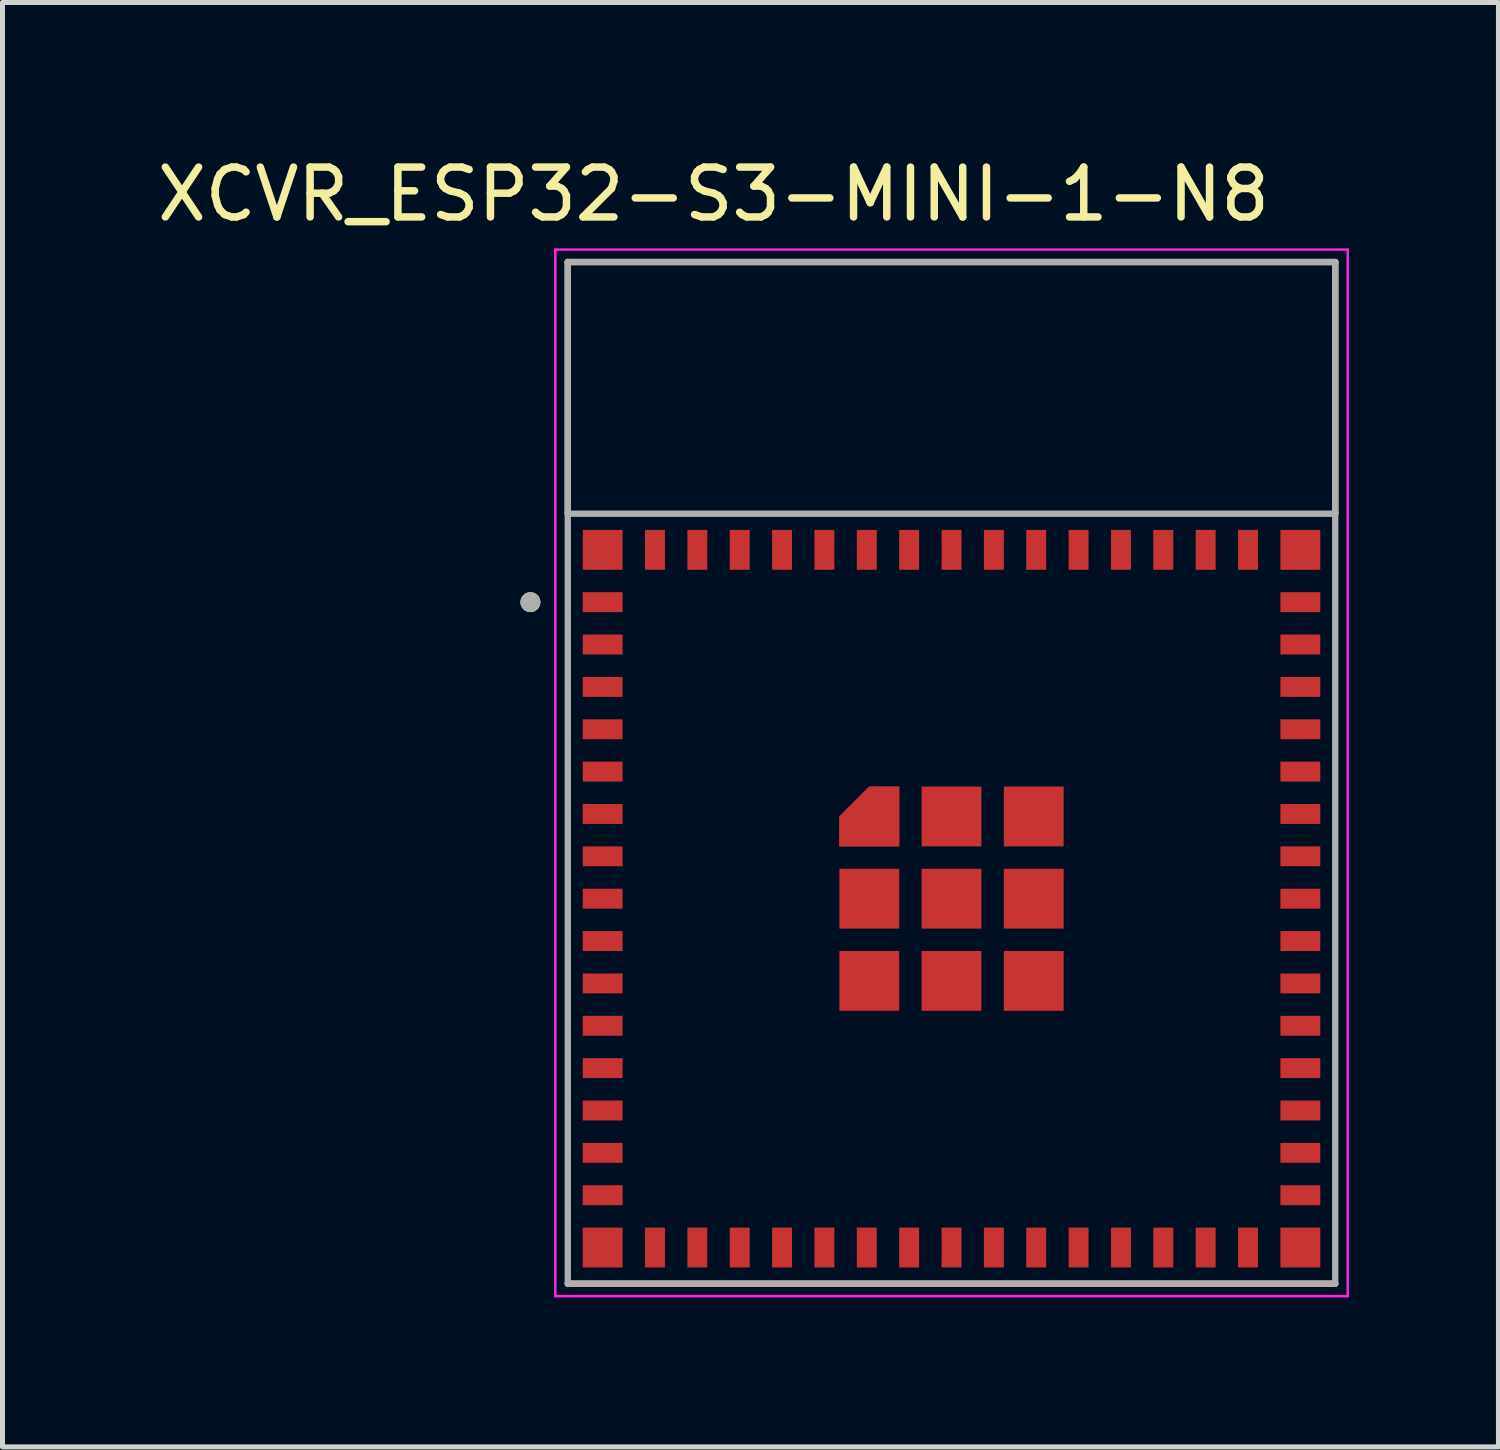
<source format=kicad_pcb>
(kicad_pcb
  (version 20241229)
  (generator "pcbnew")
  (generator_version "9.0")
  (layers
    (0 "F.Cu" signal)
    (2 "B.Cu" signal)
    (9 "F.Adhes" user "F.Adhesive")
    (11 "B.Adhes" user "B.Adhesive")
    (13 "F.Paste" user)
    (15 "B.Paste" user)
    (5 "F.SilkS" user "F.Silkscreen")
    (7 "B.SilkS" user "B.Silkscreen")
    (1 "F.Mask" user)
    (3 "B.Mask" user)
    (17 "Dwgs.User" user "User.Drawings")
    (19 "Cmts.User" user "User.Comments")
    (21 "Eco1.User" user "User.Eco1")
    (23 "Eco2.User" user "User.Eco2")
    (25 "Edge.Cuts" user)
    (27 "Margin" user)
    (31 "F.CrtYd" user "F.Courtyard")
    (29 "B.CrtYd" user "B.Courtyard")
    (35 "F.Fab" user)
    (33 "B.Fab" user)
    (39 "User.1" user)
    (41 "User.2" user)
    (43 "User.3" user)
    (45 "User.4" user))
  (footprint "XCVR_ESP32-S3-MINI-1-N8"
    (layer "F.Cu")
    (at 16.043 14.983)
    (property "Reference" "XCVR_ESP32-S3-MINI-1-N8" (at -4.775 -14.135 0) (layer "F.SilkS") (effects (font (size 1 1) (thickness 0.15))))
    (attr through_hole)
    (fp_poly (pts (xy -2.35 -0.95) (xy -0.95 -0.95) (xy -0.95 -2.35) (xy -1.7 -2.35) (xy -2.35 -1.7)) (stroke (width 0.01) (type solid)) (fill yes) (layer "F.Mask"))
    (fp_line (start -7.7 -12.775) (end 7.7 -12.775) (stroke (width 0.127) (type solid)) (layer "F.SilkS"))
    (fp_line (start -7.7 -7.725) (end -7.7 -12.775) (stroke (width 0.127) (type solid)) (layer "F.SilkS"))
    (fp_line (start 7.7 -12.775) (end 7.7 -7.725) (stroke (width 0.127) (type solid)) (layer "F.SilkS"))
    (fp_line (start 7.7 7.725) (end -7.7 7.725) (stroke (width 0.127) (type solid)) (layer "F.SilkS"))
    (fp_circle (center -8.45 -5.95) (end -8.35 -5.95) (stroke (width 0.2) (type solid)) (fill no) (layer "F.SilkS"))
    (fp_poly (pts (xy -2.25 -1.05) (xy -1.05 -1.05) (xy -1.05 -2.25) (xy -1.65 -2.25) (xy -2.25 -1.65)) (stroke (width 0.01) (type solid)) (fill yes) (layer "F.Paste"))
    (fp_line (start -7.95 -13.025) (end -7.95 7.975) (stroke (width 0.05) (type solid)) (layer "F.CrtYd"))
    (fp_line (start -7.95 7.975) (end 7.95 7.975) (stroke (width 0.05) (type solid)) (layer "F.CrtYd"))
    (fp_line (start 7.95 -13.025) (end -7.95 -13.025) (stroke (width 0.05) (type solid)) (layer "F.CrtYd"))
    (fp_line (start 7.95 7.975) (end 7.95 -13.025) (stroke (width 0.05) (type solid)) (layer "F.CrtYd"))
    (fp_line (start -7.7 -12.775) (end 7.7 -12.775) (stroke (width 0.127) (type solid)) (layer "F.Fab"))
    (fp_line (start -7.7 -7.725) (end -7.7 -12.775) (stroke (width 0.127) (type solid)) (layer "F.Fab"))
    (fp_line (start -7.7 -7.725) (end 7.7 -7.725) (stroke (width 0.127) (type solid)) (layer "F.Fab"))
    (fp_line (start -7.7 7.725) (end -7.7 -7.725) (stroke (width 0.127) (type solid)) (layer "F.Fab"))
    (fp_line (start 7.7 -12.775) (end 7.7 -7.725) (stroke (width 0.127) (type solid)) (layer "F.Fab"))
    (fp_line (start 7.7 -7.725) (end 7.7 7.725) (stroke (width 0.127) (type solid)) (layer "F.Fab"))
    (fp_line (start 7.7 7.725) (end -7.7 7.725) (stroke (width 0.127) (type solid)) (layer "F.Fab"))
    (fp_circle (center -8.45 -5.95) (end -8.35 -5.95) (stroke (width 0.2) (type solid)) (fill no) (layer "F.Fab"))
    (pad "1" smd rect (at -7 -5.95) (size 0.8 0.4) (layers "F.Cu" "F.Mask" "F.Paste"))
    (pad "2" smd rect (at -7 -5.1) (size 0.8 0.4) (layers "F.Cu" "F.Mask" "F.Paste"))
    (pad "3" smd rect (at -7 -4.25) (size 0.8 0.4) (layers "F.Cu" "F.Mask" "F.Paste"))
    (pad "4" smd rect (at -7 -3.4) (size 0.8 0.4) (layers "F.Cu" "F.Mask" "F.Paste"))
    (pad "5" smd rect (at -7 -2.55) (size 0.8 0.4) (layers "F.Cu" "F.Mask" "F.Paste"))
    (pad "6" smd rect (at -7 -1.7) (size 0.8 0.4) (layers "F.Cu" "F.Mask" "F.Paste"))
    (pad "7" smd rect (at -7 -0.85) (size 0.8 0.4) (layers "F.Cu" "F.Mask" "F.Paste"))
    (pad "8" smd rect (at -7 0) (size 0.8 0.4) (layers "F.Cu" "F.Mask" "F.Paste"))
    (pad "9" smd rect (at -7 0.85) (size 0.8 0.4) (layers "F.Cu" "F.Mask" "F.Paste"))
    (pad "10" smd rect (at -7 1.7) (size 0.8 0.4) (layers "F.Cu" "F.Mask" "F.Paste"))
    (pad "11" smd rect (at -7 2.55) (size 0.8 0.4) (layers "F.Cu" "F.Mask" "F.Paste"))
    (pad "12" smd rect (at -7 3.4) (size 0.8 0.4) (layers "F.Cu" "F.Mask" "F.Paste"))
    (pad "13" smd rect (at -7 4.25) (size 0.8 0.4) (layers "F.Cu" "F.Mask" "F.Paste"))
    (pad "14" smd rect (at -7 5.1) (size 0.8 0.4) (layers "F.Cu" "F.Mask" "F.Paste"))
    (pad "15" smd rect (at -7 5.95) (size 0.8 0.4) (layers "F.Cu" "F.Mask" "F.Paste"))
    (pad "16" smd rect (at -5.95 7) (size 0.4 0.8) (layers "F.Cu" "F.Mask" "F.Paste"))
    (pad "17" smd rect (at -5.1 7) (size 0.4 0.8) (layers "F.Cu" "F.Mask" "F.Paste"))
    (pad "18" smd rect (at -4.25 7) (size 0.4 0.8) (layers "F.Cu" "F.Mask" "F.Paste"))
    (pad "19" smd rect (at -3.4 7) (size 0.4 0.8) (layers "F.Cu" "F.Mask" "F.Paste"))
    (pad "20" smd rect (at -2.55 7) (size 0.4 0.8) (layers "F.Cu" "F.Mask" "F.Paste"))
    (pad "21" smd rect (at -1.7 7) (size 0.4 0.8) (layers "F.Cu" "F.Mask" "F.Paste"))
    (pad "22" smd rect (at -0.85 7) (size 0.4 0.8) (layers "F.Cu" "F.Mask" "F.Paste"))
    (pad "23" smd rect (at 0 7) (size 0.4 0.8) (layers "F.Cu" "F.Mask" "F.Paste"))
    (pad "24" smd rect (at 0.85 7) (size 0.4 0.8) (layers "F.Cu" "F.Mask" "F.Paste"))
    (pad "25" smd rect (at 1.7 7) (size 0.4 0.8) (layers "F.Cu" "F.Mask" "F.Paste"))
    (pad "26" smd rect (at 2.55 7) (size 0.4 0.8) (layers "F.Cu" "F.Mask" "F.Paste"))
    (pad "27" smd rect (at 3.4 7) (size 0.4 0.8) (layers "F.Cu" "F.Mask" "F.Paste"))
    (pad "28" smd rect (at 4.25 7) (size 0.4 0.8) (layers "F.Cu" "F.Mask" "F.Paste"))
    (pad "29" smd rect (at 5.1 7) (size 0.4 0.8) (layers "F.Cu" "F.Mask" "F.Paste"))
    (pad "30" smd rect (at 5.95 7) (size 0.4 0.8) (layers "F.Cu" "F.Mask" "F.Paste"))
    (pad "31" smd rect (at 7 5.95) (size 0.8 0.4) (layers "F.Cu" "F.Mask" "F.Paste"))
    (pad "32" smd rect (at 7 5.1) (size 0.8 0.4) (layers "F.Cu" "F.Mask" "F.Paste"))
    (pad "33" smd rect (at 7 4.25) (size 0.8 0.4) (layers "F.Cu" "F.Mask" "F.Paste"))
    (pad "34" smd rect (at 7 3.4) (size 0.8 0.4) (layers "F.Cu" "F.Mask" "F.Paste"))
    (pad "35" smd rect (at 7 2.55) (size 0.8 0.4) (layers "F.Cu" "F.Mask" "F.Paste"))
    (pad "36" smd rect (at 7 1.7) (size 0.8 0.4) (layers "F.Cu" "F.Mask" "F.Paste"))
    (pad "37" smd rect (at 7 0.85) (size 0.8 0.4) (layers "F.Cu" "F.Mask" "F.Paste"))
    (pad "38" smd rect (at 7 0) (size 0.8 0.4) (layers "F.Cu" "F.Mask" "F.Paste"))
    (pad "39" smd rect (at 7 -0.85) (size 0.8 0.4) (layers "F.Cu" "F.Mask" "F.Paste"))
    (pad "40" smd rect (at 7 -1.7) (size 0.8 0.4) (layers "F.Cu" "F.Mask" "F.Paste"))
    (pad "41" smd rect (at 7 -2.55) (size 0.8 0.4) (layers "F.Cu" "F.Mask" "F.Paste"))
    (pad "42" smd rect (at 7 -3.4) (size 0.8 0.4) (layers "F.Cu" "F.Mask" "F.Paste"))
    (pad "43" smd rect (at 7 -4.25) (size 0.8 0.4) (layers "F.Cu" "F.Mask" "F.Paste"))
    (pad "44" smd rect (at 7 -5.1) (size 0.8 0.4) (layers "F.Cu" "F.Mask" "F.Paste"))
    (pad "45" smd rect (at 7 -5.95) (size 0.8 0.4) (layers "F.Cu" "F.Mask" "F.Paste"))
    (pad "46" smd rect (at 5.95 -7) (size 0.4 0.8) (layers "F.Cu" "F.Mask" "F.Paste"))
    (pad "47" smd rect (at 5.1 -7) (size 0.4 0.8) (layers "F.Cu" "F.Mask" "F.Paste"))
    (pad "48" smd rect (at 4.25 -7) (size 0.4 0.8) (layers "F.Cu" "F.Mask" "F.Paste"))
    (pad "49" smd rect (at 3.4 -7) (size 0.4 0.8) (layers "F.Cu" "F.Mask" "F.Paste"))
    (pad "50" smd rect (at 2.55 -7) (size 0.4 0.8) (layers "F.Cu" "F.Mask" "F.Paste"))
    (pad "51" smd rect (at 1.7 -7) (size 0.4 0.8) (layers "F.Cu" "F.Mask" "F.Paste"))
    (pad "52" smd rect (at 0.85 -7) (size 0.4 0.8) (layers "F.Cu" "F.Mask" "F.Paste"))
    (pad "53" smd rect (at 0 -7) (size 0.4 0.8) (layers "F.Cu" "F.Mask" "F.Paste"))
    (pad "54" smd rect (at -0.85 -7) (size 0.4 0.8) (layers "F.Cu" "F.Mask" "F.Paste"))
    (pad "55" smd rect (at -1.7 -7) (size 0.4 0.8) (layers "F.Cu" "F.Mask" "F.Paste"))
    (pad "56" smd rect (at -2.55 -7) (size 0.4 0.8) (layers "F.Cu" "F.Mask" "F.Paste"))
    (pad "57" smd rect (at -3.4 -7) (size 0.4 0.8) (layers "F.Cu" "F.Mask" "F.Paste"))
    (pad "58" smd rect (at -4.25 -7) (size 0.4 0.8) (layers "F.Cu" "F.Mask" "F.Paste"))
    (pad "59" smd rect (at -5.1 -7) (size 0.4 0.8) (layers "F.Cu" "F.Mask" "F.Paste"))
    (pad "60" smd rect (at -5.95 -7) (size 0.4 0.8) (layers "F.Cu" "F.Mask" "F.Paste"))
    (pad "61" smd rect (at 0 0) (size 1.2 1.2) (layers "F.Cu" "F.Mask" "F.Paste"))
    (pad "61_1" smd custom (at -1.65 -1.65) (size 0.4 0.4) (layers "F.Cu") (options (anchor rect)) (primitives (gr_poly (pts (xy -0.6 0.6) (xy 0.6 0.6) (xy 0.6 -0.6) (xy 0 -0.6) (xy -0.6 0)) (width 0.01) (fill yes))))
    (pad "61_2" smd rect (at 0 -1.65) (size 1.2 1.2) (layers "F.Cu" "F.Mask" "F.Paste"))
    (pad "61_3" smd rect (at 1.65 -1.65) (size 1.2 1.2) (layers "F.Cu" "F.Mask" "F.Paste"))
    (pad "61_4" smd rect (at 1.65 0) (size 1.2 1.2) (layers "F.Cu" "F.Mask" "F.Paste"))
    (pad "61_5" smd rect (at 1.65 1.65) (size 1.2 1.2) (layers "F.Cu" "F.Mask" "F.Paste"))
    (pad "61_6" smd rect (at 0 1.65) (size 1.2 1.2) (layers "F.Cu" "F.Mask" "F.Paste"))
    (pad "61_7" smd rect (at -1.65 1.65) (size 1.2 1.2) (layers "F.Cu" "F.Mask" "F.Paste"))
    (pad "61_8" smd rect (at -1.65 0) (size 1.2 1.2) (layers "F.Cu" "F.Mask" "F.Paste"))
    (pad "62" smd rect (at -7 -7) (size 0.8 0.8) (layers "F.Cu" "F.Mask" "F.Paste"))
    (pad "63" smd rect (at -7 7) (size 0.8 0.8) (layers "F.Cu" "F.Mask" "F.Paste"))
    (pad "64" smd rect (at 7 7) (size 0.8 0.8) (layers "F.Cu" "F.Mask" "F.Paste"))
    (pad "65" smd rect (at 7 -7) (size 0.8 0.8) (layers "F.Cu" "F.Mask" "F.Paste"))
    (zone (net_name "") (layer "F.Cu") (hatch full 0.508) (connect_pads) (min_thickness 0.01) (filled_areas_thickness no) (keepout (tracks not_allowed) (vias not_allowed) (pads not_allowed) (copperpour not_allowed) (footprints allowed)) (placement (enabled no)) (fill) (polygon (pts (xy 8.343 2.208) (xy 23.743 2.208) (xy 23.743 7.258) (xy 8.343 7.258))))
    (zone (net_name "") (layers "F.Cu" "B.Cu") (hatch full 0.508) (connect_pads) (min_thickness 0.01) (filled_areas_thickness no) (keepout (tracks allowed) (vias not_allowed) (pads allowed) (copperpour allowed) (footprints allowed)) (placement (enabled no)) (fill) (polygon (pts (xy 8.343 2.208) (xy 23.743 2.208) (xy 23.743 7.258) (xy 8.343 7.258))))
    (zone (net_name "") (layer "B.Cu") (hatch full 0.508) (connect_pads) (min_thickness 0.01) (filled_areas_thickness no) (keepout (tracks not_allowed) (vias not_allowed) (pads not_allowed) (copperpour not_allowed) (footprints allowed)) (placement (enabled no)) (fill) (polygon (pts (xy 8.343 2.208) (xy 23.743 2.208) (xy 23.743 7.258) (xy 8.343 7.258)))))
  (gr_rect
    (start -3 -3)
    (end 27.018 25.983)
    (stroke (width 0.1) (type default))
    (fill no)
    (layer "Edge.Cuts")))
</source>
